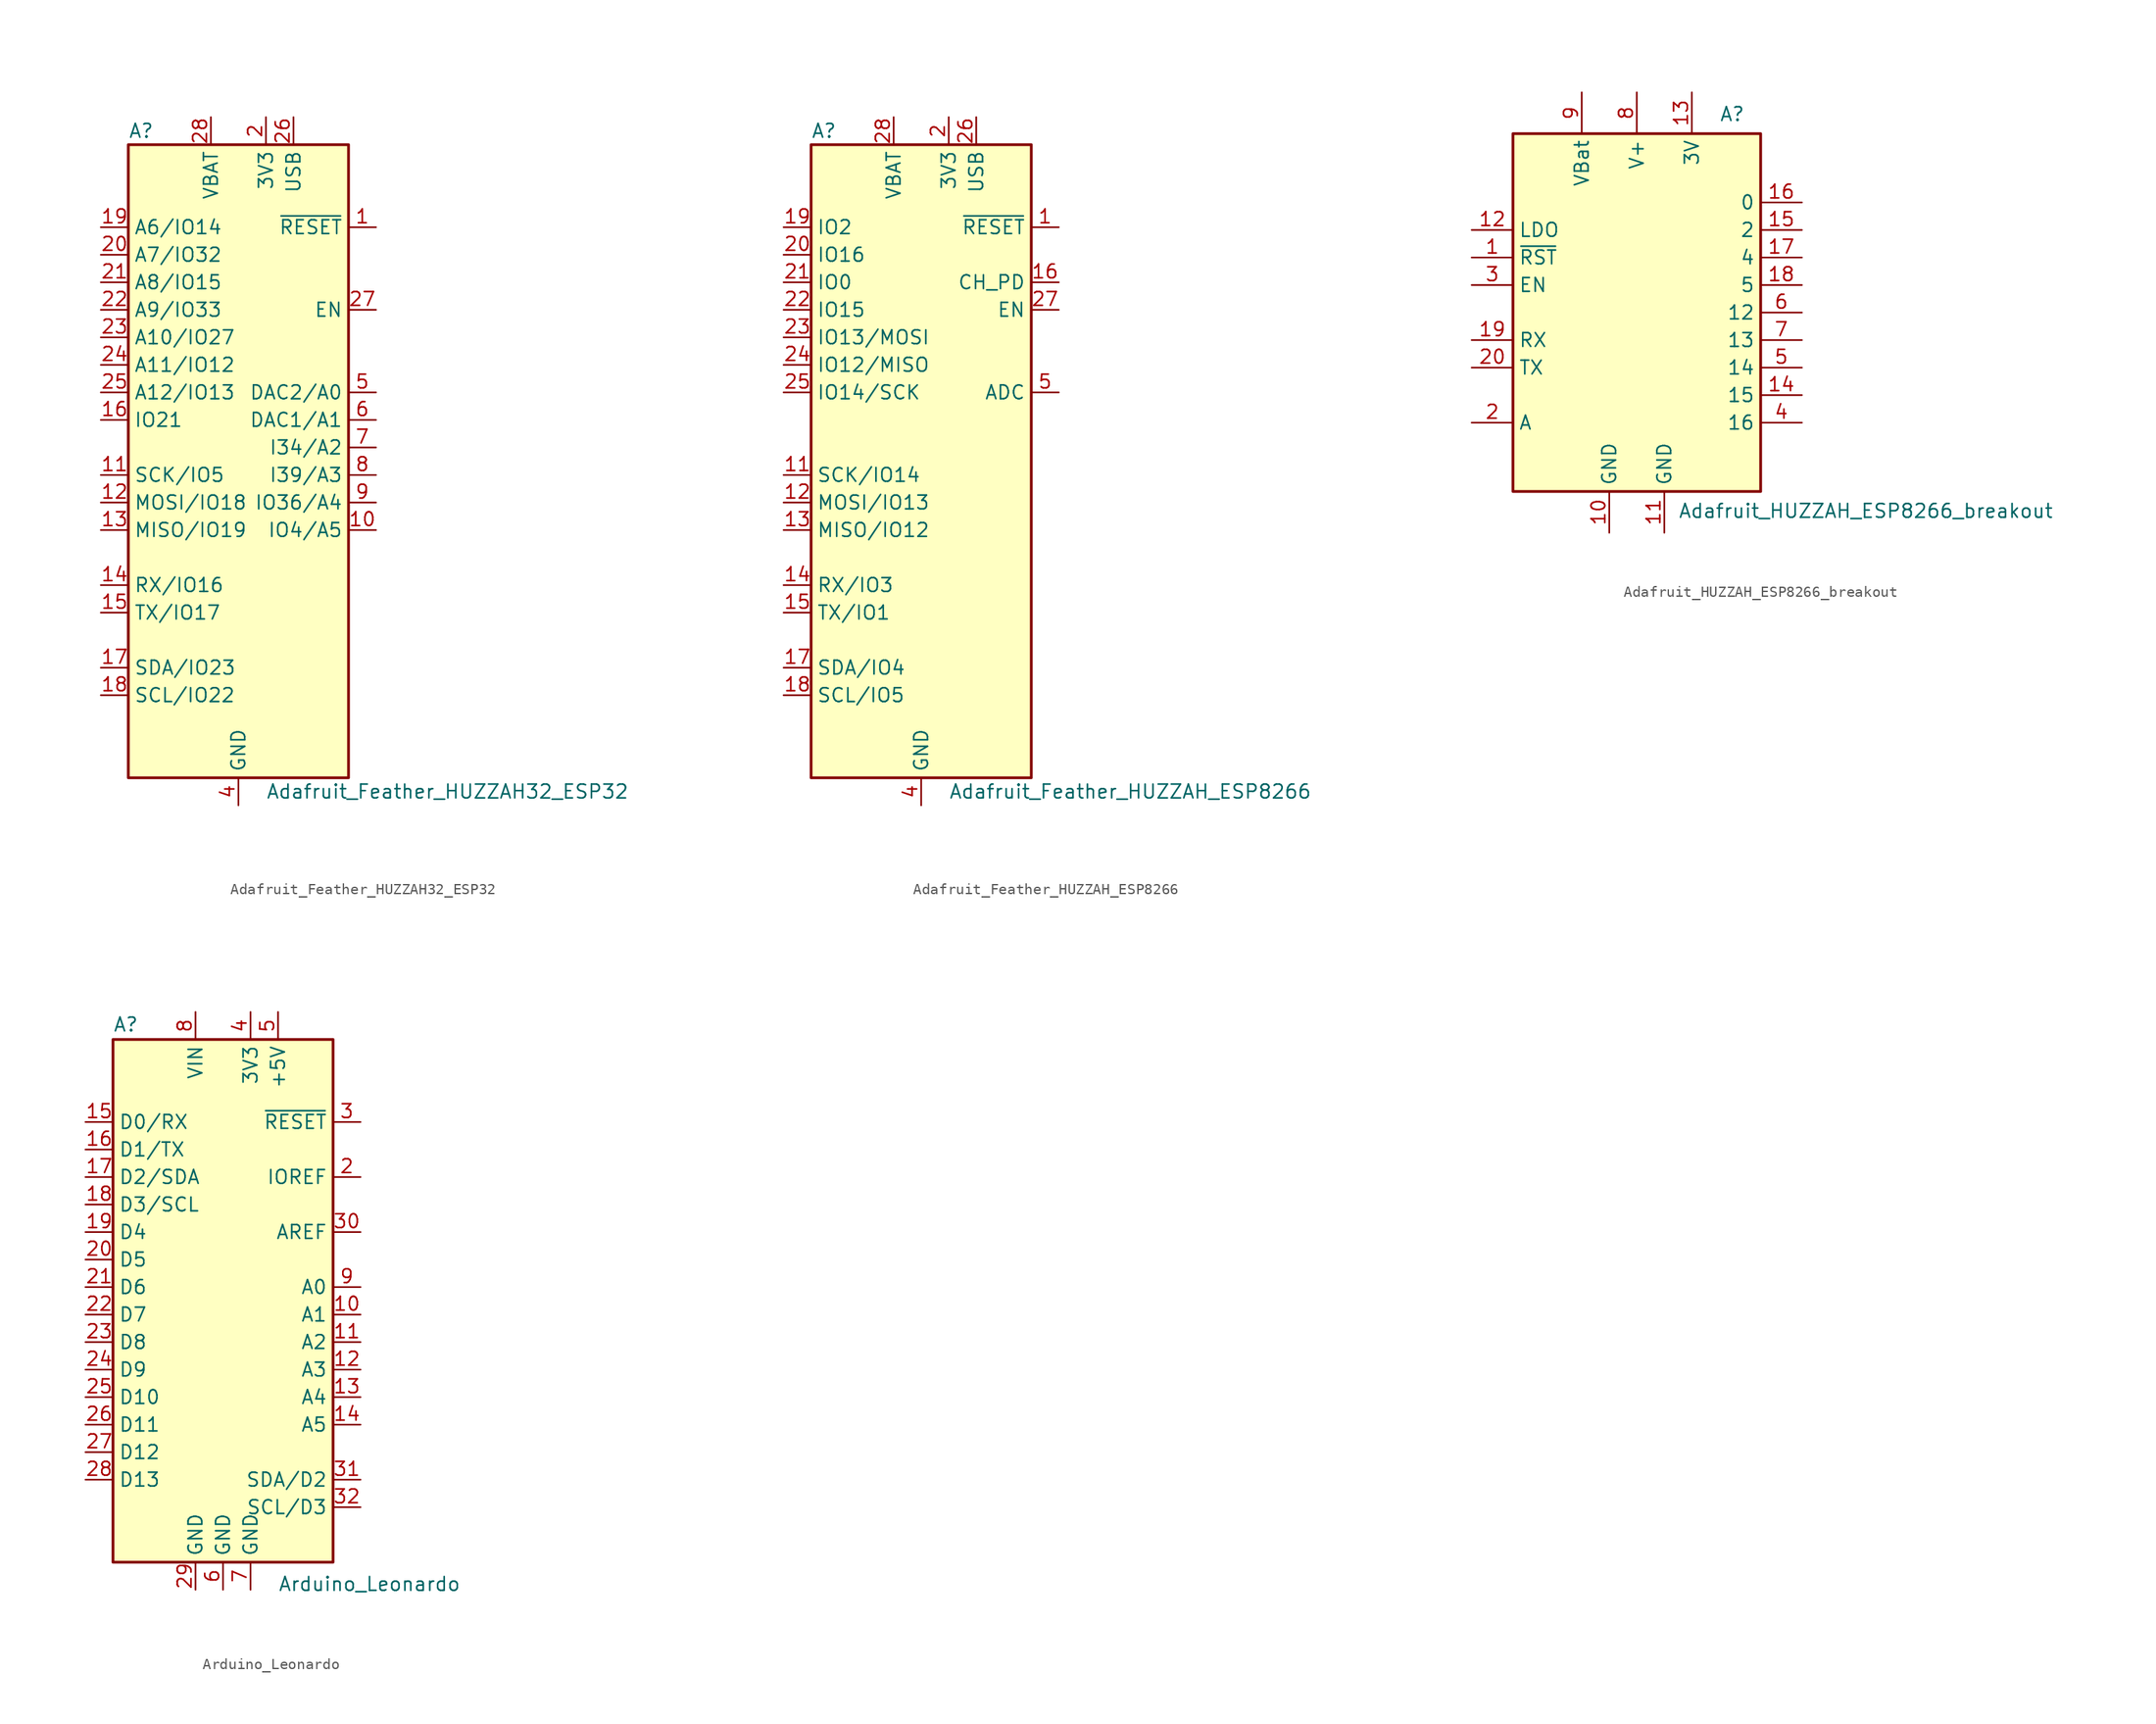
<source format=kicad_sym>
(kicad_symbol_lib
  (version 20200908)
  (generator kicad_symbol_editor)
  (symbol "MCU_Module:Adafruit_Feather_HUZZAH32_ESP32"
    (property "Reference" "A"
      (at -10.16 29.21 0)
      (effects (font (size 1.27 1.27)) (justify left)))
    (property "Value" "Adafruit_Feather_HUZZAH32_ESP32"
      (at 2.54 -31.75 0)
      (effects (font (size 1.27 1.27)) (justify left)))
    (symbol "Adafruit_Feather_HUZZAH32_ESP32_0_1"
      (rectangle (start -10.16 27.94) (end 10.16 -30.48) (stroke (width 0.254)) (fill (type background))))
    (symbol "Adafruit_Feather_HUZZAH32_ESP32_1_1"
      (pin input line (at 12.7 20.32 180) (length 2.54) (name "~RESET" (effects (font (size 1.27 1.27)))) (number "1" (effects (font (size 1.27 1.27)))))
      (pin bidirectional line (at 12.7 -7.62 180) (length 2.54) (name "IO4/A5" (effects (font (size 1.27 1.27)))) (number "10" (effects (font (size 1.27 1.27)))))
      (pin bidirectional line (at -12.7 -2.54 0) (length 2.54) (name "SCK/IO5" (effects (font (size 1.27 1.27)))) (number "11" (effects (font (size 1.27 1.27)))))
      (pin bidirectional line (at -12.7 -5.08 0) (length 2.54) (name "MOSI/IO18" (effects (font (size 1.27 1.27)))) (number "12" (effects (font (size 1.27 1.27)))))
      (pin bidirectional line (at -12.7 -7.62 0) (length 2.54) (name "MISO/IO19" (effects (font (size 1.27 1.27)))) (number "13" (effects (font (size 1.27 1.27)))))
      (pin bidirectional line (at -12.7 -12.7 0) (length 2.54) (name "RX/IO16" (effects (font (size 1.27 1.27)))) (number "14" (effects (font (size 1.27 1.27)))))
      (pin bidirectional line (at -12.7 -15.24 0) (length 2.54) (name "TX/IO17" (effects (font (size 1.27 1.27)))) (number "15" (effects (font (size 1.27 1.27)))))
      (pin bidirectional line (at -12.7 2.54 0) (length 2.54) (name "IO21" (effects (font (size 1.27 1.27)))) (number "16" (effects (font (size 1.27 1.27)))))
      (pin bidirectional line (at -12.7 -20.32 0) (length 2.54) (name "SDA/IO23" (effects (font (size 1.27 1.27)))) (number "17" (effects (font (size 1.27 1.27)))))
      (pin bidirectional line (at -12.7 -22.86 0) (length 2.54) (name "SCL/IO22" (effects (font (size 1.27 1.27)))) (number "18" (effects (font (size 1.27 1.27)))))
      (pin bidirectional line (at -12.7 20.32 0) (length 2.54) (name "A6/IO14" (effects (font (size 1.27 1.27)))) (number "19" (effects (font (size 1.27 1.27)))))
      (pin power_in line (at 2.54 30.48 270) (length 2.54) (name "3V3" (effects (font (size 1.27 1.27)))) (number "2" (effects (font (size 1.27 1.27)))))
      (pin bidirectional line (at -12.7 17.78 0) (length 2.54) (name "A7/IO32" (effects (font (size 1.27 1.27)))) (number "20" (effects (font (size 1.27 1.27)))))
      (pin bidirectional line (at -12.7 15.24 0) (length 2.54) (name "A8/IO15" (effects (font (size 1.27 1.27)))) (number "21" (effects (font (size 1.27 1.27)))))
      (pin bidirectional line (at -12.7 12.7 0) (length 2.54) (name "A9/IO33" (effects (font (size 1.27 1.27)))) (number "22" (effects (font (size 1.27 1.27)))))
      (pin bidirectional line (at -12.7 10.16 0) (length 2.54) (name "A10/IO27" (effects (font (size 1.27 1.27)))) (number "23" (effects (font (size 1.27 1.27)))))
      (pin bidirectional line (at -12.7 7.62 0) (length 2.54) (name "A11/IO12" (effects (font (size 1.27 1.27)))) (number "24" (effects (font (size 1.27 1.27)))))
      (pin bidirectional line (at -12.7 5.08 0) (length 2.54) (name "A12/IO13" (effects (font (size 1.27 1.27)))) (number "25" (effects (font (size 1.27 1.27)))))
      (pin power_in line (at 5.08 30.48 270) (length 2.54) (name "USB" (effects (font (size 1.27 1.27)))) (number "26" (effects (font (size 1.27 1.27)))))
      (pin input line (at 12.7 12.7 180) (length 2.54) (name "EN" (effects (font (size 1.27 1.27)))) (number "27" (effects (font (size 1.27 1.27)))))
      (pin power_in line (at -2.54 30.48 270) (length 2.54) (name "VBAT" (effects (font (size 1.27 1.27)))) (number "28" (effects (font (size 1.27 1.27)))))
      (pin unconnected line (at 10.16 10.16 180) (length 2.54) hide (name "NC" (effects (font (size 1.27 1.27)))) (number "3" (effects (font (size 1.27 1.27)))))
      (pin power_in line (at 0 -33.02 90) (length 2.54) (name "GND" (effects (font (size 1.27 1.27)))) (number "4" (effects (font (size 1.27 1.27)))))
      (pin bidirectional line (at 12.7 5.08 180) (length 2.54) (name "DAC2/A0" (effects (font (size 1.27 1.27)))) (number "5" (effects (font (size 1.27 1.27)))))
      (pin bidirectional line (at 12.7 2.54 180) (length 2.54) (name "DAC1/A1" (effects (font (size 1.27 1.27)))) (number "6" (effects (font (size 1.27 1.27)))))
      (pin bidirectional line (at 12.7 0 180) (length 2.54) (name "I34/A2" (effects (font (size 1.27 1.27)))) (number "7" (effects (font (size 1.27 1.27)))))
      (pin bidirectional line (at 12.7 -2.54 180) (length 2.54) (name "I39/A3" (effects (font (size 1.27 1.27)))) (number "8" (effects (font (size 1.27 1.27)))))
      (pin bidirectional line (at 12.7 -5.08 180) (length 2.54) (name "IO36/A4" (effects (font (size 1.27 1.27)))) (number "9" (effects (font (size 1.27 1.27)))))))
  (symbol "MCU_Module:Adafruit_Feather_HUZZAH_ESP8266"
    (property "Reference" "A"
      (at -10.16 29.21 0)
      (effects (font (size 1.27 1.27)) (justify left)))
    (property "Value" "Adafruit_Feather_HUZZAH_ESP8266"
      (at 2.54 -31.75 0)
      (effects (font (size 1.27 1.27)) (justify left)))
    (symbol "Adafruit_Feather_HUZZAH_ESP8266_0_1"
      (rectangle (start -10.16 27.94) (end 10.16 -30.48) (stroke (width 0.254)) (fill (type background))))
    (symbol "Adafruit_Feather_HUZZAH_ESP8266_1_1"
      (pin input line (at 12.7 20.32 180) (length 2.54) (name "~RESET" (effects (font (size 1.27 1.27)))) (number "1" (effects (font (size 1.27 1.27)))))
      (pin unconnected line (at 10.16 -7.62 180) (length 2.54) hide (name "NC" (effects (font (size 1.27 1.27)))) (number "10" (effects (font (size 1.27 1.27)))))
      (pin bidirectional line (at -12.7 -2.54 0) (length 2.54) (name "SCK/IO14" (effects (font (size 1.27 1.27)))) (number "11" (effects (font (size 1.27 1.27)))))
      (pin bidirectional line (at -12.7 -5.08 0) (length 2.54) (name "MOSI/IO13" (effects (font (size 1.27 1.27)))) (number "12" (effects (font (size 1.27 1.27)))))
      (pin bidirectional line (at -12.7 -7.62 0) (length 2.54) (name "MISO/IO12" (effects (font (size 1.27 1.27)))) (number "13" (effects (font (size 1.27 1.27)))))
      (pin bidirectional line (at -12.7 -12.7 0) (length 2.54) (name "RX/IO3" (effects (font (size 1.27 1.27)))) (number "14" (effects (font (size 1.27 1.27)))))
      (pin bidirectional line (at -12.7 -15.24 0) (length 2.54) (name "TX/IO1" (effects (font (size 1.27 1.27)))) (number "15" (effects (font (size 1.27 1.27)))))
      (pin bidirectional line (at 12.7 15.24 180) (length 2.54) (name "CH_PD" (effects (font (size 1.27 1.27)))) (number "16" (effects (font (size 1.27 1.27)))))
      (pin bidirectional line (at -12.7 -20.32 0) (length 2.54) (name "SDA/IO4" (effects (font (size 1.27 1.27)))) (number "17" (effects (font (size 1.27 1.27)))))
      (pin bidirectional line (at -12.7 -22.86 0) (length 2.54) (name "SCL/IO5" (effects (font (size 1.27 1.27)))) (number "18" (effects (font (size 1.27 1.27)))))
      (pin bidirectional line (at -12.7 20.32 0) (length 2.54) (name "IO2" (effects (font (size 1.27 1.27)))) (number "19" (effects (font (size 1.27 1.27)))))
      (pin power_in line (at 2.54 30.48 270) (length 2.54) (name "3V3" (effects (font (size 1.27 1.27)))) (number "2" (effects (font (size 1.27 1.27)))))
      (pin bidirectional line (at -12.7 17.78 0) (length 2.54) (name "IO16" (effects (font (size 1.27 1.27)))) (number "20" (effects (font (size 1.27 1.27)))))
      (pin bidirectional line (at -12.7 15.24 0) (length 2.54) (name "IO0" (effects (font (size 1.27 1.27)))) (number "21" (effects (font (size 1.27 1.27)))))
      (pin bidirectional line (at -12.7 12.7 0) (length 2.54) (name "IO15" (effects (font (size 1.27 1.27)))) (number "22" (effects (font (size 1.27 1.27)))))
      (pin bidirectional line (at -12.7 10.16 0) (length 2.54) (name "IO13/MOSI" (effects (font (size 1.27 1.27)))) (number "23" (effects (font (size 1.27 1.27)))))
      (pin bidirectional line (at -12.7 7.62 0) (length 2.54) (name "IO12/MISO" (effects (font (size 1.27 1.27)))) (number "24" (effects (font (size 1.27 1.27)))))
      (pin bidirectional line (at -12.7 5.08 0) (length 2.54) (name "IO14/SCK" (effects (font (size 1.27 1.27)))) (number "25" (effects (font (size 1.27 1.27)))))
      (pin power_in line (at 5.08 30.48 270) (length 2.54) (name "USB" (effects (font (size 1.27 1.27)))) (number "26" (effects (font (size 1.27 1.27)))))
      (pin input line (at 12.7 12.7 180) (length 2.54) (name "EN" (effects (font (size 1.27 1.27)))) (number "27" (effects (font (size 1.27 1.27)))))
      (pin power_in line (at -2.54 30.48 270) (length 2.54) (name "VBAT" (effects (font (size 1.27 1.27)))) (number "28" (effects (font (size 1.27 1.27)))))
      (pin unconnected line (at 10.16 10.16 180) (length 2.54) hide (name "NC" (effects (font (size 1.27 1.27)))) (number "3" (effects (font (size 1.27 1.27)))))
      (pin power_in line (at 0 -33.02 90) (length 2.54) (name "GND" (effects (font (size 1.27 1.27)))) (number "4" (effects (font (size 1.27 1.27)))))
      (pin bidirectional line (at 12.7 5.08 180) (length 2.54) (name "ADC" (effects (font (size 1.27 1.27)))) (number "5" (effects (font (size 1.27 1.27)))))
      (pin unconnected line (at 10.16 2.54 180) (length 2.54) hide (name "NC" (effects (font (size 1.27 1.27)))) (number "6" (effects (font (size 1.27 1.27)))))
      (pin unconnected line (at 10.16 0 180) (length 2.54) hide (name "NC" (effects (font (size 1.27 1.27)))) (number "7" (effects (font (size 1.27 1.27)))))
      (pin unconnected line (at 10.16 -2.54 180) (length 2.54) hide (name "NC" (effects (font (size 1.27 1.27)))) (number "8" (effects (font (size 1.27 1.27)))))
      (pin unconnected line (at 10.16 -5.08 180) (length 2.54) hide (name "NC" (effects (font (size 1.27 1.27)))) (number "9" (effects (font (size 1.27 1.27)))))))
  (symbol "MCU_Module:Adafruit_HUZZAH_ESP8266_breakout"
    (property "Reference" "A"
      (at 7.62 19.05 0)
      (effects (font (size 1.27 1.27)) (justify left top)))
    (property "Value" "Adafruit_HUZZAH_ESP8266_breakout"
      (at 3.81 -19.05 0)
      (effects (font (size 1.27 1.27)) (justify left bottom)))
    (symbol "Adafruit_HUZZAH_ESP8266_breakout_0_1"
      (rectangle (start -11.43 16.51) (end 11.43 -16.51) (stroke (width 0.254)) (fill (type background))))
    (symbol "Adafruit_HUZZAH_ESP8266_breakout_1_1"
      (pin input line (at -15.24 5.08 0) (length 3.81) (name "~RST" (effects (font (size 1.27 1.27)))) (number "1" (effects (font (size 1.27 1.27)))))
      (pin power_in line (at -2.54 -20.32 90) (length 3.81) (name "GND" (effects (font (size 1.27 1.27)))) (number "10" (effects (font (size 1.27 1.27)))))
      (pin power_in line (at 2.54 -20.32 90) (length 3.81) (name "GND" (effects (font (size 1.27 1.27)))) (number "11" (effects (font (size 1.27 1.27)))))
      (pin input line (at -15.24 7.62 0) (length 3.81) (name "LDO" (effects (font (size 1.27 1.27)))) (number "12" (effects (font (size 1.27 1.27)))))
      (pin power_out line (at 5.08 20.32 270) (length 3.81) (name "3V" (effects (font (size 1.27 1.27)))) (number "13" (effects (font (size 1.27 1.27)))))
      (pin bidirectional line (at 15.24 -7.62 180) (length 3.81) (name "15" (effects (font (size 1.27 1.27)))) (number "14" (effects (font (size 1.27 1.27)))))
      (pin bidirectional line (at 15.24 7.62 180) (length 3.81) (name "2" (effects (font (size 1.27 1.27)))) (number "15" (effects (font (size 1.27 1.27)))))
      (pin bidirectional line (at 15.24 10.16 180) (length 3.81) (name "0" (effects (font (size 1.27 1.27)))) (number "16" (effects (font (size 1.27 1.27)))))
      (pin bidirectional line (at 15.24 5.08 180) (length 3.81) (name "4" (effects (font (size 1.27 1.27)))) (number "17" (effects (font (size 1.27 1.27)))))
      (pin bidirectional line (at 15.24 2.54 180) (length 3.81) (name "5" (effects (font (size 1.27 1.27)))) (number "18" (effects (font (size 1.27 1.27)))))
      (pin input line (at -15.24 -2.54 0) (length 3.81) (name "RX" (effects (font (size 1.27 1.27)))) (number "19" (effects (font (size 1.27 1.27)))))
      (pin input line (at -15.24 -10.16 0) (length 3.81) (name "A" (effects (font (size 1.27 1.27)))) (number "2" (effects (font (size 1.27 1.27)))))
      (pin output line (at -15.24 -5.08 0) (length 3.81) (name "TX" (effects (font (size 1.27 1.27)))) (number "20" (effects (font (size 1.27 1.27)))))
      (pin input line (at -15.24 2.54 0) (length 3.81) (name "EN" (effects (font (size 1.27 1.27)))) (number "3" (effects (font (size 1.27 1.27)))))
      (pin bidirectional line (at 15.24 -10.16 180) (length 3.81) (name "16" (effects (font (size 1.27 1.27)))) (number "4" (effects (font (size 1.27 1.27)))))
      (pin bidirectional line (at 15.24 -5.08 180) (length 3.81) (name "14" (effects (font (size 1.27 1.27)))) (number "5" (effects (font (size 1.27 1.27)))))
      (pin bidirectional line (at 15.24 0 180) (length 3.81) (name "12" (effects (font (size 1.27 1.27)))) (number "6" (effects (font (size 1.27 1.27)))))
      (pin bidirectional line (at 15.24 -2.54 180) (length 3.81) (name "13" (effects (font (size 1.27 1.27)))) (number "7" (effects (font (size 1.27 1.27)))))
      (pin power_in line (at 0 20.32 270) (length 3.81) (name "V+" (effects (font (size 1.27 1.27)))) (number "8" (effects (font (size 1.27 1.27)))))
      (pin power_in line (at -5.08 20.32 270) (length 3.81) (name "VBat" (effects (font (size 1.27 1.27)))) (number "9" (effects (font (size 1.27 1.27)))))))
  (symbol "MCU_Module:Arduino_Leonardo"
    (property "Reference" "A"
      (at -10.16 23.495 0)
      (effects (font (size 1.27 1.27)) (justify left bottom)))
    (property "Value" "Arduino_Leonardo"
      (at 5.08 -26.67 0)
      (effects (font (size 1.27 1.27)) (justify left top)))
    (symbol "Arduino_Leonardo_0_1"
      (rectangle (start -10.16 22.86) (end 10.16 -25.4) (stroke (width 0.254)) (fill (type background))))
    (symbol "Arduino_Leonardo_1_1"
      (pin unconnected line (at -10.16 -20.32 0) (length 2.54) hide (name "NC" (effects (font (size 1.27 1.27)))) (number "1" (effects (font (size 1.27 1.27)))))
      (pin bidirectional line (at 12.7 -2.54 180) (length 2.54) (name "A1" (effects (font (size 1.27 1.27)))) (number "10" (effects (font (size 1.27 1.27)))))
      (pin bidirectional line (at 12.7 -5.08 180) (length 2.54) (name "A2" (effects (font (size 1.27 1.27)))) (number "11" (effects (font (size 1.27 1.27)))))
      (pin bidirectional line (at 12.7 -7.62 180) (length 2.54) (name "A3" (effects (font (size 1.27 1.27)))) (number "12" (effects (font (size 1.27 1.27)))))
      (pin bidirectional line (at 12.7 -10.16 180) (length 2.54) (name "A4" (effects (font (size 1.27 1.27)))) (number "13" (effects (font (size 1.27 1.27)))))
      (pin bidirectional line (at 12.7 -12.7 180) (length 2.54) (name "A5" (effects (font (size 1.27 1.27)))) (number "14" (effects (font (size 1.27 1.27)))))
      (pin bidirectional line (at -12.7 15.24 0) (length 2.54) (name "D0/RX" (effects (font (size 1.27 1.27)))) (number "15" (effects (font (size 1.27 1.27)))))
      (pin bidirectional line (at -12.7 12.7 0) (length 2.54) (name "D1/TX" (effects (font (size 1.27 1.27)))) (number "16" (effects (font (size 1.27 1.27)))))
      (pin bidirectional line (at -12.7 10.16 0) (length 2.54) (name "D2/SDA" (effects (font (size 1.27 1.27)))) (number "17" (effects (font (size 1.27 1.27)))))
      (pin bidirectional line (at -12.7 7.62 0) (length 2.54) (name "D3/SCL" (effects (font (size 1.27 1.27)))) (number "18" (effects (font (size 1.27 1.27)))))
      (pin bidirectional line (at -12.7 5.08 0) (length 2.54) (name "D4" (effects (font (size 1.27 1.27)))) (number "19" (effects (font (size 1.27 1.27)))))
      (pin output line (at 12.7 10.16 180) (length 2.54) (name "IOREF" (effects (font (size 1.27 1.27)))) (number "2" (effects (font (size 1.27 1.27)))))
      (pin bidirectional line (at -12.7 2.54 0) (length 2.54) (name "D5" (effects (font (size 1.27 1.27)))) (number "20" (effects (font (size 1.27 1.27)))))
      (pin bidirectional line (at -12.7 0 0) (length 2.54) (name "D6" (effects (font (size 1.27 1.27)))) (number "21" (effects (font (size 1.27 1.27)))))
      (pin bidirectional line (at -12.7 -2.54 0) (length 2.54) (name "D7" (effects (font (size 1.27 1.27)))) (number "22" (effects (font (size 1.27 1.27)))))
      (pin bidirectional line (at -12.7 -5.08 0) (length 2.54) (name "D8" (effects (font (size 1.27 1.27)))) (number "23" (effects (font (size 1.27 1.27)))))
      (pin bidirectional line (at -12.7 -7.62 0) (length 2.54) (name "D9" (effects (font (size 1.27 1.27)))) (number "24" (effects (font (size 1.27 1.27)))))
      (pin bidirectional line (at -12.7 -10.16 0) (length 2.54) (name "D10" (effects (font (size 1.27 1.27)))) (number "25" (effects (font (size 1.27 1.27)))))
      (pin bidirectional line (at -12.7 -12.7 0) (length 2.54) (name "D11" (effects (font (size 1.27 1.27)))) (number "26" (effects (font (size 1.27 1.27)))))
      (pin bidirectional line (at -12.7 -15.24 0) (length 2.54) (name "D12" (effects (font (size 1.27 1.27)))) (number "27" (effects (font (size 1.27 1.27)))))
      (pin bidirectional line (at -12.7 -17.78 0) (length 2.54) (name "D13" (effects (font (size 1.27 1.27)))) (number "28" (effects (font (size 1.27 1.27)))))
      (pin power_in line (at -2.54 -27.94 90) (length 2.54) (name "GND" (effects (font (size 1.27 1.27)))) (number "29" (effects (font (size 1.27 1.27)))))
      (pin input line (at 12.7 15.24 180) (length 2.54) (name "~RESET" (effects (font (size 1.27 1.27)))) (number "3" (effects (font (size 1.27 1.27)))))
      (pin input line (at 12.7 5.08 180) (length 2.54) (name "AREF" (effects (font (size 1.27 1.27)))) (number "30" (effects (font (size 1.27 1.27)))))
      (pin bidirectional line (at 12.7 -17.78 180) (length 2.54) (name "SDA/D2" (effects (font (size 1.27 1.27)))) (number "31" (effects (font (size 1.27 1.27)))))
      (pin bidirectional line (at 12.7 -20.32 180) (length 2.54) (name "SCL/D3" (effects (font (size 1.27 1.27)))) (number "32" (effects (font (size 1.27 1.27)))))
      (pin power_out line (at 2.54 25.4 270) (length 2.54) (name "3V3" (effects (font (size 1.27 1.27)))) (number "4" (effects (font (size 1.27 1.27)))))
      (pin power_out line (at 5.08 25.4 270) (length 2.54) (name "+5V" (effects (font (size 1.27 1.27)))) (number "5" (effects (font (size 1.27 1.27)))))
      (pin power_in line (at 0 -27.94 90) (length 2.54) (name "GND" (effects (font (size 1.27 1.27)))) (number "6" (effects (font (size 1.27 1.27)))))
      (pin power_in line (at 2.54 -27.94 90) (length 2.54) (name "GND" (effects (font (size 1.27 1.27)))) (number "7" (effects (font (size 1.27 1.27)))))
      (pin power_in line (at -2.54 25.4 270) (length 2.54) (name "VIN" (effects (font (size 1.27 1.27)))) (number "8" (effects (font (size 1.27 1.27)))))
      (pin bidirectional line (at 12.7 0 180) (length 2.54) (name "A0" (effects (font (size 1.27 1.27)))) (number "9" (effects (font (size 1.27 1.27))))))))
</source>
